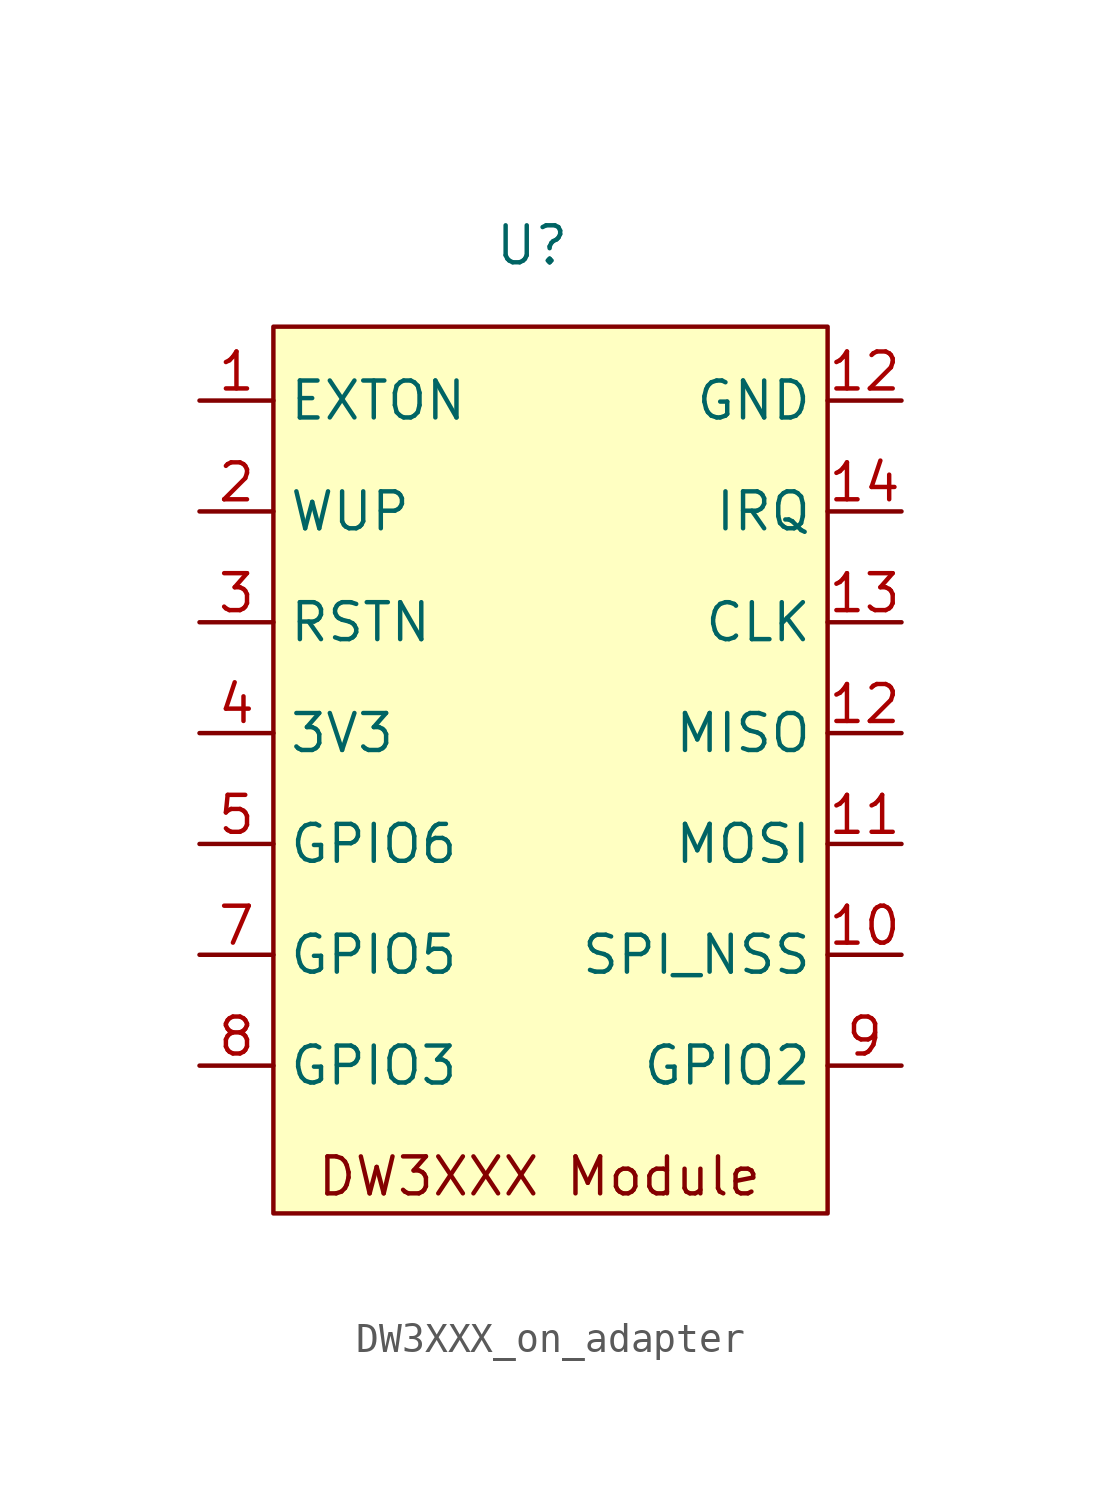
<source format=kicad_sym>
(kicad_symbol_lib
  (version 20231120)
  (generator "kicad_symbol_editor")
  (generator_version "8.0")
  (symbol "DW3XXX_on_adapter"
    (property "Reference" "U"
      (at 0 2.794 0)
      (effects (font (size 1.27 1.27))))
    (property "Value" ""
      (at -1.27 -2.54 0)
      (effects (font (size 1.27 1.27))))
    (symbol "DW3XXX_on_adapter_1_1"
      (rectangle (start -8.89 0) (end 10.16 -30.48) (stroke (width 0) (type default)) (fill (type background)))
      (text "DW3XXX Module" (at 0.254 -29.21 0) (effects (font (size 1.27 1.27))))
      (pin input line (at -11.43 -2.54 0) (length 2.54) (name "EXTON" (effects (font (size 1.27 1.27)))) (number "1" (effects (font (size 1.27 1.27)))))
      (pin input line (at 12.7 -21.59 180) (length 2.54) (name "SPI_NSS" (effects (font (size 1.27 1.27)))) (number "10" (effects (font (size 1.27 1.27)))))
      (pin input line (at 12.7 -17.78 180) (length 2.54) (name "MOSI" (effects (font (size 1.27 1.27)))) (number "11" (effects (font (size 1.27 1.27)))))
      (pin passive line (at 12.7 -2.54 180) (length 2.54) (name "GND" (effects (font (size 1.27 1.27)))) (number "12" (effects (font (size 1.27 1.27)))))
      (pin output line (at 12.7 -13.97 180) (length 2.54) (name "MISO" (effects (font (size 1.27 1.27)))) (number "12" (effects (font (size 1.27 1.27)))))
      (pin input line (at 12.7 -10.16 180) (length 2.54) (name "CLK" (effects (font (size 1.27 1.27)))) (number "13" (effects (font (size 1.27 1.27)))))
      (pin output line (at 12.7 -6.35 180) (length 2.54) (name "IRQ" (effects (font (size 1.27 1.27)))) (number "14" (effects (font (size 1.27 1.27)))))
      (pin input line (at -11.43 -6.35 0) (length 2.54) (name "WUP" (effects (font (size 1.27 1.27)))) (number "2" (effects (font (size 1.27 1.27)))))
      (pin input line (at -11.43 -10.16 0) (length 2.54) (name "RSTN" (effects (font (size 1.27 1.27)))) (number "3" (effects (font (size 1.27 1.27)))))
      (pin input line (at -11.43 -13.97 0) (length 2.54) (name "3V3" (effects (font (size 1.27 1.27)))) (number "4" (effects (font (size 1.27 1.27)))))
      (pin bidirectional line (at -11.43 -17.78 0) (length 2.54) (name "GPIO6" (effects (font (size 1.27 1.27)))) (number "5" (effects (font (size 1.27 1.27)))))
      (pin bidirectional line (at -11.43 -21.59 0) (length 2.54) (name "GPIO5" (effects (font (size 1.27 1.27)))) (number "7" (effects (font (size 1.27 1.27)))))
      (pin bidirectional line (at -11.43 -25.4 0) (length 2.54) (name "GPIO3" (effects (font (size 1.27 1.27)))) (number "8" (effects (font (size 1.27 1.27)))))
      (pin bidirectional line (at 12.7 -25.4 180) (length 2.54) (name "GPIO2" (effects (font (size 1.27 1.27)))) (number "9" (effects (font (size 1.27 1.27))))))))
</source>
